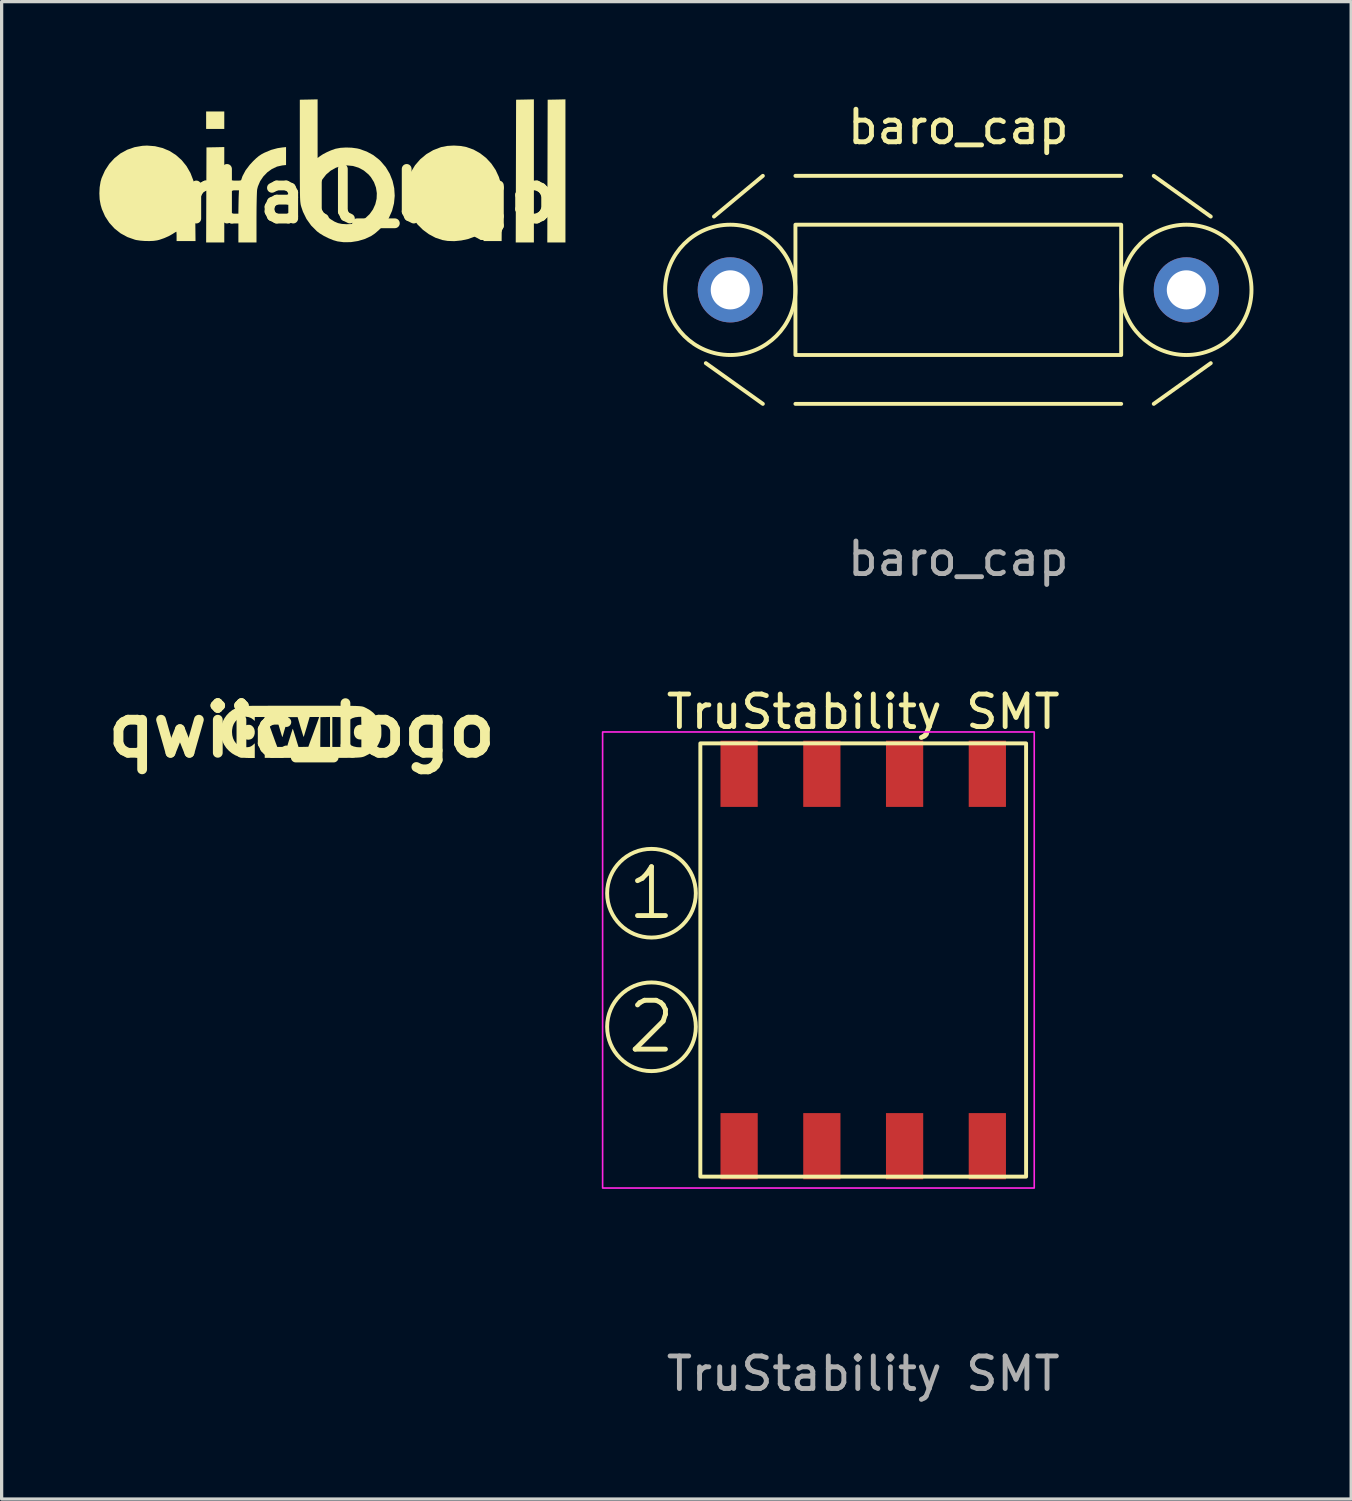
<source format=kicad_pcb>
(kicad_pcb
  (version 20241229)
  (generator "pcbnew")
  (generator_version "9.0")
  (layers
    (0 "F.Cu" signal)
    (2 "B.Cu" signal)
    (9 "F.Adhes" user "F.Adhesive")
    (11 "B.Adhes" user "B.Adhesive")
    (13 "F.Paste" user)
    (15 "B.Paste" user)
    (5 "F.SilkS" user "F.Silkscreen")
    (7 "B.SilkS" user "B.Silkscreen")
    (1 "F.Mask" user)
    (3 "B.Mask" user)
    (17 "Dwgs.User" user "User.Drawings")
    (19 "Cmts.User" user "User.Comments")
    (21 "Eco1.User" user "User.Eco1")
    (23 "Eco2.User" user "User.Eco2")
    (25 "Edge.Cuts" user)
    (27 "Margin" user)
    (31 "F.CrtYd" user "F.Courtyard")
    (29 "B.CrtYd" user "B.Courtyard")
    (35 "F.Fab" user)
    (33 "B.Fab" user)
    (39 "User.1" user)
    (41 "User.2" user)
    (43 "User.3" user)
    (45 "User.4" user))
  (footprint "airball_logo"
    (layer "F.Cu")
    (at 7.257 2.97)
    (property "Reference" "airball_logo" (at 0 0 0) (layer "F.SilkS") (effects (font (size 1.524 1.524) (thickness 0.3))))
    (attr board_only exclude_from_pos_files exclude_from_bom)
    (fp_poly (pts (xy -3.422 -2.062) (xy -3.979 -2.062) (xy -3.979 -2.598) (xy -3.422 -2.598)) (stroke (width 0) (type solid)) (fill yes) (layer "F.SilkS"))
    (fp_poly (pts (xy 6.082 1.423) (xy 5.525 1.423) (xy 5.536 -2.959) (xy 5.809 -2.964) (xy 6.082 -2.97)) (stroke (width 0) (type solid)) (fill yes) (layer "F.SilkS"))
    (fp_poly (pts (xy 7.051 1.423) (xy 6.494 1.423) (xy 6.505 -2.959) (xy 6.778 -2.964) (xy 7.051 -2.97)) (stroke (width 0) (type solid)) (fill yes) (layer "F.SilkS"))
    (fp_poly (pts (xy -3.422 1.423) (xy -3.979 1.423) (xy -3.974 -0.036) (xy -3.969 -1.495) (xy -3.696 -1.5) (xy -3.422 -1.506)) (stroke (width 0) (type solid)) (fill yes) (layer "F.SilkS"))
    (fp_poly (pts (xy -1.526 -0.954) (xy -1.641 -0.942) (xy -1.803 -0.906) (xy -1.958 -0.833) (xy -2.1 -0.731) (xy -2.223 -0.603) (xy -2.322 -0.457) (xy -2.39 -0.296) (xy -2.412 -0.209) (xy -2.417 -0.162) (xy -2.421 -0.079) (xy -2.425 0.034) (xy -2.428 0.172) (xy -2.431 0.33) (xy -2.432 0.502) (xy -2.433 0.663) (xy -2.433 1.423) (xy -2.989 1.423) (xy -2.989 0.695) (xy -2.989 0.517) (xy -2.987 0.345) (xy -2.984 0.184) (xy -2.981 0.041) (xy -2.976 -0.078) (xy -2.971 -0.166) (xy -2.968 -0.207) (xy -2.928 -0.422) (xy -2.863 -0.613) (xy -2.769 -0.79) (xy -2.641 -0.959) (xy -2.536 -1.073) (xy -2.443 -1.162) (xy -2.363 -1.229) (xy -2.284 -1.282) (xy -2.192 -1.331) (xy -2.185 -1.334) (xy -1.986 -1.418) (xy -1.789 -1.471) (xy -1.644 -1.493) (xy -1.526 -1.505)) (stroke (width 0) (type solid)) (fill yes) (layer "F.SilkS"))
    (fp_poly (pts (xy 3.826 -1.54) (xy 4.008 -1.507) (xy 4.23 -1.428) (xy 4.434 -1.313) (xy 4.619 -1.168) (xy 4.778 -0.996) (xy 4.909 -0.801) (xy 5.008 -0.587) (xy 5.049 -0.454) (xy 5.062 -0.398) (xy 5.073 -0.341) (xy 5.081 -0.278) (xy 5.088 -0.205) (xy 5.093 -0.117) (xy 5.096 -0.011) (xy 5.098 0.119) (xy 5.099 0.276) (xy 5.098 0.466) (xy 5.097 0.691) (xy 5.097 0.716) (xy 5.092 1.381) (xy 4.536 1.381) (xy 4.536 1.251) (xy 4.534 1.181) (xy 4.529 1.129) (xy 4.524 1.108) (xy 4.502 1.112) (xy 4.457 1.134) (xy 4.424 1.156) (xy 4.257 1.247) (xy 4.064 1.317) (xy 3.855 1.362) (xy 3.641 1.383) (xy 3.432 1.376) (xy 3.269 1.348) (xy 3.061 1.278) (xy 2.861 1.171) (xy 2.675 1.034) (xy 2.511 0.872) (xy 2.374 0.69) (xy 2.321 0.599) (xy 2.23 0.383) (xy 2.175 0.154) (xy 2.157 -0.081) (xy 2.174 -0.315) (xy 2.227 -0.543) (xy 2.307 -0.738) (xy 2.435 -0.948) (xy 2.594 -1.131) (xy 2.781 -1.287) (xy 2.99 -1.41) (xy 3.22 -1.499) (xy 3.248 -1.507) (xy 3.428 -1.541) (xy 3.627 -1.552)) (stroke (width 0) (type solid)) (fill yes) (layer "F.SilkS"))
    (fp_poly (pts (xy -5.549 -1.532) (xy -5.317 -1.476) (xy -5.101 -1.385) (xy -4.905 -1.26) (xy -4.73 -1.104) (xy -4.581 -0.92) (xy -4.46 -0.709) (xy -4.369 -0.474) (xy -4.368 -0.471) (xy -4.357 -0.431) (xy -4.348 -0.392) (xy -4.34 -0.348) (xy -4.334 -0.296) (xy -4.329 -0.23) (xy -4.325 -0.147) (xy -4.322 -0.042) (xy -4.32 0.089) (xy -4.317 0.251) (xy -4.315 0.448) (xy -4.314 0.531) (xy -4.305 1.381) (xy -4.886 1.381) (xy -4.886 1.237) (xy -4.887 1.166) (xy -4.89 1.114) (xy -4.894 1.093) (xy -4.895 1.093) (xy -4.915 1.103) (xy -4.959 1.13) (xy -5.013 1.165) (xy -5.129 1.23) (xy -5.268 1.291) (xy -5.412 1.341) (xy -5.484 1.359) (xy -5.588 1.374) (xy -5.718 1.38) (xy -5.86 1.378) (xy -5.999 1.367) (xy -6.121 1.349) (xy -6.163 1.339) (xy -6.394 1.258) (xy -6.605 1.143) (xy -6.791 0.996) (xy -6.951 0.821) (xy -7.082 0.62) (xy -7.18 0.397) (xy -7.218 0.268) (xy -7.248 0.1) (xy -7.257 -0.084) (xy -7.248 -0.269) (xy -7.22 -0.443) (xy -7.188 -0.554) (xy -7.085 -0.785) (xy -6.952 -0.99) (xy -6.792 -1.165) (xy -6.608 -1.311) (xy -6.401 -1.424) (xy -6.176 -1.502) (xy -5.935 -1.544) (xy -5.793 -1.551)) (stroke (width 0) (type solid)) (fill yes) (layer "F.SilkS"))
    (fp_poly (pts (xy -0.557 -1.17) (xy -0.486 -1.224) (xy -0.394 -1.285) (xy -0.276 -1.347) (xy -0.15 -1.403) (xy -0.03 -1.446) (xy 0 -1.455) (xy 0.147 -1.482) (xy 0.316 -1.492) (xy 0.49 -1.486) (xy 0.654 -1.464) (xy 0.728 -1.447) (xy 0.953 -1.366) (xy 1.152 -1.259) (xy 1.331 -1.119) (xy 1.381 -1.07) (xy 1.537 -0.887) (xy 1.658 -0.684) (xy 1.744 -0.468) (xy 1.795 -0.241) (xy 1.81 -0.01) (xy 1.788 0.222) (xy 1.729 0.45) (xy 1.632 0.668) (xy 1.614 0.701) (xy 1.537 0.812) (xy 1.435 0.931) (xy 1.319 1.047) (xy 1.2 1.149) (xy 1.093 1.222) (xy 0.899 1.314) (xy 0.686 1.378) (xy 0.465 1.413) (xy 0.246 1.416) (xy 0.052 1.39) (xy -0.079 1.352) (xy -0.223 1.293) (xy -0.367 1.221) (xy -0.495 1.143) (xy -0.577 1.081) (xy -0.755 0.903) (xy -0.898 0.703) (xy -1.007 0.481) (xy -1.056 0.336) (xy -1.065 0.306) (xy -1.073 0.277) (xy -1.079 0.246) (xy -1.084 0.21) (xy -1.089 0.166) (xy -1.093 0.112) (xy -1.096 0.043) (xy -1.097 0.002) (xy -0.549 0.002) (xy -0.525 0.176) (xy -0.468 0.343) (xy -0.376 0.498) (xy -0.252 0.635) (xy -0.154 0.712) (xy -0.039 0.783) (xy 0.07 0.829) (xy 0.188 0.854) (xy 0.326 0.862) (xy 0.383 0.861) (xy 0.482 0.857) (xy 0.554 0.85) (xy 0.614 0.836) (xy 0.675 0.812) (xy 0.745 0.779) (xy 0.907 0.678) (xy 1.04 0.553) (xy 1.142 0.409) (xy 1.214 0.25) (xy 1.254 0.082) (xy 1.261 -0.09) (xy 1.235 -0.261) (xy 1.174 -0.427) (xy 1.078 -0.582) (xy 1.007 -0.664) (xy 0.861 -0.786) (xy 0.699 -0.873) (xy 0.527 -0.925) (xy 0.351 -0.942) (xy 0.174 -0.924) (xy 0.004 -0.871) (xy -0.155 -0.782) (xy -0.295 -0.662) (xy -0.412 -0.511) (xy -0.493 -0.347) (xy -0.539 -0.174) (xy -0.549 0.002) (xy -1.097 0.002) (xy -1.098 -0.042) (xy -1.1 -0.147) (xy -1.101 -0.275) (xy -1.102 -0.429) (xy -1.103 -0.612) (xy -1.103 -0.827) (xy -1.103 -1.076) (xy -1.103 -1.364) (xy -1.103 -2.959) (xy -0.83 -2.964) (xy -0.557 -2.97)) (stroke (width 0) (type solid)) (fill yes) (layer "F.SilkS")))
  (footprint "TruStability SMT"
    (layer "F.Cu")
    (at 23.449 26.42)
    (property "Reference" "TruStability SMT" (at 0 -7.62 0) (unlocked yes) (layer "F.SilkS") (effects (font (size 1 1) (thickness 0.15))))
    (attr smd)
    (fp_rect (start -5 -6.65) (end 5 6.65) (stroke (width 0.12) (type solid)) (fill no) (layer "F.SilkS"))
    (fp_circle (center -6.5 -2.05) (end -5.23 -2.54) (stroke (width 0.12) (type solid)) (fill no) (layer "F.SilkS"))
    (fp_circle (center -6.5 2.05) (end -5.23 2.54) (stroke (width 0.12) (type solid)) (fill no) (layer "F.SilkS"))
    (fp_rect (start 5.25 -7) (end -8 7) (stroke (width 0.05) (type solid)) (fill no) (layer "F.CrtYd"))
    (fp_text user "1" (at -6.5 -2.05 0) (unlocked yes) (layer "F.SilkS") (effects (font (size 1.5 1.5) (thickness 0.15))))
    (fp_text user "2" (at -6.5 2.05 0) (unlocked yes) (layer "F.SilkS") (effects (font (size 1.5 1.5) (thickness 0.15))))
    (fp_text user "${REFERENCE}" (at 0 12.7 0) (unlocked yes) (layer "F.Fab") (effects (font (size 1 1) (thickness 0.15))))
    (pad "1" smd rect (at -3.81 5.716) (size 1.143 2.032) (layers "F.Cu" "F.Mask" "F.Paste"))
    (pad "2" smd rect (at -1.27 5.716) (size 1.143 2.032) (layers "F.Cu" "F.Mask" "F.Paste"))
    (pad "3" smd rect (at 1.27 5.716) (size 1.143 2.032) (layers "F.Cu" "F.Mask" "F.Paste"))
    (pad "4" smd rect (at 3.81 5.716) (size 1.143 2.032) (layers "F.Cu" "F.Mask" "F.Paste"))
    (pad "5" smd rect (at 3.81 -5.716) (size 1.143 2.032) (layers "F.Cu" "F.Mask" "F.Paste"))
    (pad "6" smd rect (at 1.27 -5.716) (size 1.143 2.032) (layers "F.Cu" "F.Mask" "F.Paste"))
    (pad "7" smd rect (at -1.27 -5.716) (size 1.143 2.032) (layers "F.Cu" "F.Mask" "F.Paste"))
    (pad "8" smd rect (at -3.81 -5.716) (size 1.143 2.032) (layers "F.Cu" "F.Mask" "F.Paste")))
  (footprint "baro_cap"
    (layer "F.Cu")
    (at 26.368 5.848)
    (property "Reference" "baro_cap" (at 0 -5 0) (unlocked yes) (layer "F.SilkS") (effects (font (size 1 1) (thickness 0.15))))
    (attr through_hole)
    (fp_line (start -6 -3.5) (end -7.5 -2.25) (stroke (width 0.12) (type solid)) (layer "F.SilkS"))
    (fp_line (start -6 3.5) (end -7.75 2.25) (stroke (width 0.12) (type solid)) (layer "F.SilkS"))
    (fp_line (start -5 -3.5) (end 5 -3.5) (stroke (width 0.12) (type solid)) (layer "F.SilkS"))
    (fp_line (start 5 3.5) (end -5 3.5) (stroke (width 0.12) (type solid)) (layer "F.SilkS"))
    (fp_line (start 6 -3.5) (end 7.75 -2.25) (stroke (width 0.12) (type solid)) (layer "F.SilkS"))
    (fp_line (start 6 3.5) (end 7.75 2.25) (stroke (width 0.12) (type solid)) (layer "F.SilkS"))
    (fp_rect (start -5 -2) (end 5 2) (stroke (width 0.12) (type solid)) (fill no) (layer "F.SilkS"))
    (fp_circle (center -7 0) (end -5 0) (stroke (width 0.12) (type solid)) (fill no) (layer "F.SilkS"))
    (fp_circle (center 7 0) (end 5 0) (stroke (width 0.12) (type solid)) (fill no) (layer "F.SilkS"))
    (fp_text user "${REFERENCE}" (at 0 8.255 0) (unlocked yes) (layer "F.Fab") (effects (font (size 1 1) (thickness 0.15))))
    (pad "1" thru_hole circle (at -7 0) (size 2 2) (drill 1.2) (layers "*.Cu" "*.Mask"))
    (pad "2" thru_hole circle (at 7 0) (size 2 2) (drill 1.2) (layers "*.Cu" "*.Mask")))
  (footprint "qwiic_logo"
    (layer "F.Cu")
    (at 6.212 19.37)
    (property "Reference" "qwiic_logo" (at 0 0 0) (layer "F.SilkS") (effects (font (size 1.524 1.524) (thickness 0.3))))
    (attr board_only exclude_from_pos_files exclude_from_bom)
    (fp_poly (pts (xy -1.575 -0.164) (xy -1.544 -0.15) (xy -1.512 -0.125) (xy -1.511 -0.124) (xy -1.474 -0.079) (xy -1.451 -0.024) (xy -1.441 0.037) (xy -1.443 0.099) (xy -1.458 0.158) (xy -1.485 0.211) (xy -1.524 0.252) (xy -1.532 0.257) (xy -1.58 0.279) (xy -1.634 0.288) (xy -1.687 0.283) (xy -1.711 0.275) (xy -1.764 0.241) (xy -1.803 0.196) (xy -1.826 0.139) (xy -1.835 0.068) (xy -1.835 0.06) (xy -1.828 -0.014) (xy -1.808 -0.074) (xy -1.775 -0.12) (xy -1.729 -0.151) (xy -1.671 -0.167) (xy -1.66 -0.168) (xy -1.611 -0.17)) (stroke (width 0) (type solid)) (fill yes) (layer "F.SilkS"))
    (fp_poly (pts (xy 2.446 0.616) (xy 2.471 0.633) (xy 2.481 0.659) (xy 2.474 0.691) (xy 2.469 0.7) (xy 2.461 0.718) (xy 2.469 0.732) (xy 2.48 0.749) (xy 2.474 0.758) (xy 2.462 0.76) (xy 2.443 0.752) (xy 2.436 0.74) (xy 2.423 0.724) (xy 2.41 0.72) (xy 2.394 0.727) (xy 2.391 0.74) (xy 2.385 0.756) (xy 2.376 0.76) (xy 2.368 0.756) (xy 2.363 0.742) (xy 2.361 0.714) (xy 2.361 0.685) (xy 2.361 0.665) (xy 2.391 0.665) (xy 2.398 0.684) (xy 2.414 0.691) (xy 2.434 0.682) (xy 2.441 0.675) (xy 2.448 0.657) (xy 2.437 0.644) (xy 2.415 0.64) (xy 2.397 0.644) (xy 2.391 0.661) (xy 2.391 0.665) (xy 2.361 0.665) (xy 2.361 0.61) (xy 2.405 0.61)) (stroke (width 0) (type solid)) (fill yes) (layer "F.SilkS"))
    (fp_poly (pts (xy 2.478 0.55) (xy 2.494 0.557) (xy 2.521 0.581) (xy 2.546 0.616) (xy 2.564 0.655) (xy 2.571 0.689) (xy 2.564 0.722) (xy 2.547 0.761) (xy 2.524 0.795) (xy 2.504 0.814) (xy 2.467 0.831) (xy 2.42 0.838) (xy 2.373 0.834) (xy 2.341 0.822) (xy 2.311 0.798) (xy 2.285 0.761) (xy 2.266 0.721) (xy 2.261 0.69) (xy 2.265 0.669) (xy 2.303 0.669) (xy 2.303 0.714) (xy 2.321 0.754) (xy 2.353 0.786) (xy 2.386 0.802) (xy 2.408 0.808) (xy 2.424 0.807) (xy 2.446 0.8) (xy 2.455 0.796) (xy 2.496 0.77) (xy 2.521 0.733) (xy 2.531 0.69) (xy 2.522 0.644) (xy 2.511 0.623) (xy 2.483 0.593) (xy 2.445 0.577) (xy 2.403 0.574) (xy 2.363 0.585) (xy 2.33 0.61) (xy 2.32 0.624) (xy 2.303 0.669) (xy 2.265 0.669) (xy 2.268 0.654) (xy 2.287 0.615) (xy 2.312 0.579) (xy 2.338 0.557) (xy 2.382 0.542) (xy 2.431 0.539)) (stroke (width 0) (type solid)) (fill yes) (layer "F.SilkS"))
    (fp_poly (pts (xy 0.775 -0.755) (xy 0.93 -0.755) (xy 1.069 -0.755) (xy 1.193 -0.754) (xy 1.304 -0.754) (xy 1.402 -0.753) (xy 1.488 -0.752) (xy 1.563 -0.751) (xy 1.628 -0.749) (xy 1.684 -0.748) (xy 1.732 -0.745) (xy 1.773 -0.743) (xy 1.807 -0.739) (xy 1.835 -0.736) (xy 1.86 -0.732) (xy 1.88 -0.727) (xy 1.898 -0.722) (xy 1.914 -0.716) (xy 1.928 -0.709) (xy 1.943 -0.702) (xy 1.959 -0.694) (xy 1.977 -0.685) (xy 1.986 -0.681) (xy 2.097 -0.618) (xy 2.195 -0.541) (xy 2.28 -0.449) (xy 2.349 -0.344) (xy 2.403 -0.228) (xy 2.414 -0.198) (xy 2.426 -0.16) (xy 2.435 -0.129) (xy 2.44 -0.099) (xy 2.443 -0.065) (xy 2.445 -0.023) (xy 2.445 0.034) (xy 2.445 0.045) (xy 2.445 0.104) (xy 2.444 0.148) (xy 2.441 0.182) (xy 2.437 0.212) (xy 2.429 0.241) (xy 2.417 0.276) (xy 2.413 0.29) (xy 2.377 0.381) (xy 2.335 0.46) (xy 2.283 0.533) (xy 2.217 0.606) (xy 2.207 0.615) (xy 2.164 0.657) (xy 2.129 0.688) (xy 2.094 0.712) (xy 2.055 0.735) (xy 2.011 0.757) (xy 1.987 0.769) (xy 1.967 0.78) (xy 1.948 0.789) (xy 1.929 0.798) (xy 1.911 0.806) (xy 1.891 0.812) (xy 1.869 0.818) (xy 1.843 0.824) (xy 1.814 0.828) (xy 1.778 0.832) (xy 1.737 0.835) (xy 1.687 0.838) (xy 1.63 0.84) (xy 1.562 0.842) (xy 1.485 0.843) (xy 1.395 0.844) (xy 1.293 0.845) (xy 1.178 0.845) (xy 1.048 0.845) (xy 0.902 0.845) (xy 0.739 0.845) (xy 0.559 0.845) (xy 0.359 0.845) (xy 0.315 0.845) (xy -1.135 0.845) (xy -1.141 -0.401) (xy -1.08 -0.401) (xy -1.077 -0.39) (xy -1.068 -0.363) (xy -1.053 -0.322) (xy -1.034 -0.268) (xy -1.012 -0.205) (xy -0.986 -0.135) (xy -0.959 -0.059) (xy -0.93 0.02) (xy -0.902 0.1) (xy -0.873 0.178) (xy -0.846 0.253) (xy -0.821 0.322) (xy -0.799 0.382) (xy -0.78 0.432) (xy -0.766 0.469) (xy -0.761 0.482) (xy -0.751 0.51) (xy -0.6 0.51) (xy -0.548 0.51) (xy -0.504 0.509) (xy -0.471 0.508) (xy -0.453 0.507) (xy -0.45 0.506) (xy -0.447 0.495) (xy -0.439 0.468) (xy -0.427 0.428) (xy -0.412 0.378) (xy -0.394 0.321) (xy -0.374 0.259) (xy -0.354 0.196) (xy -0.335 0.134) (xy -0.317 0.077) (xy -0.301 0.028) (xy -0.288 -0.012) (xy -0.28 -0.038) (xy -0.276 -0.048) (xy -0.271 -0.04) (xy -0.263 -0.018) (xy -0.251 0.017) (xy -0.24 0.052) (xy -0.224 0.104) (xy -0.204 0.17) (xy -0.18 0.245) (xy -0.156 0.325) (xy -0.131 0.405) (xy -0.108 0.478) (xy -0.098 0.511) (xy -0.07 0.51) (xy 0.57 0.51) (xy 0.87 0.51) (xy 0.87 -0.411) (xy 0.94 -0.411) (xy 0.94 0.51) (xy 1.241 0.51) (xy 1.238 0.087) (xy 1.296 0.087) (xy 1.309 0.183) (xy 1.338 0.269) (xy 1.382 0.344) (xy 1.44 0.408) (xy 1.512 0.459) (xy 1.595 0.495) (xy 1.688 0.515) (xy 1.753 0.519) (xy 1.831 0.52) (xy 1.831 0.28) (xy 1.787 0.28) (xy 1.729 0.271) (xy 1.68 0.245) (xy 1.642 0.204) (xy 1.615 0.15) (xy 1.602 0.085) (xy 1.601 0.055) (xy 1.608 -0.015) (xy 1.629 -0.074) (xy 1.663 -0.12) (xy 1.708 -0.152) (xy 1.763 -0.168) (xy 1.788 -0.17) (xy 1.831 -0.17) (xy 1.829 -0.292) (xy 1.826 -0.415) (xy 1.744 -0.413) (xy 1.645 -0.401) (xy 1.556 -0.373) (xy 1.478 -0.329) (xy 1.412 -0.27) (xy 1.36 -0.198) (xy 1.322 -0.114) (xy 1.301 -0.018) (xy 1.301 -0.016) (xy 1.296 0.087) (xy 1.238 0.087) (xy 1.235 -0.405) (xy 1.088 -0.408) (xy 0.94 -0.411) (xy 0.87 -0.411) (xy 0.723 -0.408) (xy 0.575 -0.405) (xy 0.57 0.51) (xy -0.07 0.51) (xy 0.052 0.508) (xy 0.203 0.505) (xy 0.216 0.47) (xy 0.222 0.453) (xy 0.234 0.42) (xy 0.251 0.372) (xy 0.273 0.312) (xy 0.299 0.242) (xy 0.328 0.164) (xy 0.359 0.08) (xy 0.375 0.035) (xy 0.407 -0.051) (xy 0.436 -0.131) (xy 0.463 -0.204) (xy 0.486 -0.268) (xy 0.504 -0.32) (xy 0.518 -0.359) (xy 0.526 -0.382) (xy 0.528 -0.388) (xy 0.533 -0.41) (xy 0.389 -0.41) (xy 0.244 -0.41) (xy 0.156 -0.107) (xy 0.134 -0.033) (xy 0.113 0.035) (xy 0.095 0.095) (xy 0.08 0.144) (xy 0.069 0.179) (xy 0.062 0.199) (xy 0.06 0.203) (xy 0.056 0.195) (xy 0.047 0.171) (xy 0.034 0.132) (xy 0.018 0.08) (xy -0.001 0.017) (xy -0.023 -0.053) (xy -0.036 -0.097) (xy -0.125 -0.405) (xy -0.414 -0.405) (xy -0.492 -0.135) (xy -0.513 -0.063) (xy -0.533 0.005) (xy -0.55 0.065) (xy -0.564 0.115) (xy -0.575 0.152) (xy -0.581 0.173) (xy -0.581 0.174) (xy -0.589 0.196) (xy -0.595 0.207) (xy -0.596 0.207) (xy -0.6 0.197) (xy -0.608 0.171) (xy -0.621 0.131) (xy -0.636 0.08) (xy -0.654 0.021) (xy -0.673 -0.043) (xy -0.693 -0.109) (xy -0.713 -0.175) (xy -0.732 -0.238) (xy -0.748 -0.294) (xy -0.763 -0.342) (xy -0.773 -0.379) (xy -0.779 -0.401) (xy -0.78 -0.406) (xy -0.79 -0.408) (xy -0.816 -0.409) (xy -0.855 -0.409) (xy -0.903 -0.41) (xy -0.93 -0.41) (xy -0.987 -0.409) (xy -1.032 -0.408) (xy -1.064 -0.405) (xy -1.079 -0.402) (xy -1.08 -0.401) (xy -1.141 -0.401) (xy -1.141 -0.41) (xy -1.441 -0.41) (xy -1.441 -0.288) (xy -1.491 -0.333) (xy -1.555 -0.378) (xy -1.628 -0.406) (xy -1.707 -0.417) (xy -1.79 -0.411) (xy -1.874 -0.388) (xy -1.918 -0.37) (xy -1.986 -0.325) (xy -2.043 -0.266) (xy -2.088 -0.193) (xy -2.12 -0.108) (xy -2.137 -0.014) (xy -2.14 0.05) (xy -2.132 0.15) (xy -2.108 0.243) (xy -2.07 0.325) (xy -2.018 0.396) (xy -1.953 0.453) (xy -1.893 0.488) (xy -1.858 0.502) (xy -1.824 0.511) (xy -1.781 0.516) (xy -1.739 0.518) (xy -1.667 0.518) (xy -1.61 0.51) (xy -1.561 0.493) (xy -1.516 0.464) (xy -1.491 0.443) (xy -1.441 0.398) (xy -1.441 0.85) (xy -1.593 0.849) (xy -1.652 0.848) (xy -1.709 0.846) (xy -1.759 0.843) (xy -1.797 0.84) (xy -1.805 0.839) (xy -1.924 0.812) (xy -2.037 0.767) (xy -2.14 0.706) (xy -2.233 0.63) (xy -2.315 0.542) (xy -2.382 0.442) (xy -2.435 0.332) (xy -2.47 0.214) (xy -2.472 0.206) (xy -2.488 0.082) (xy -2.485 -0.039) (xy -2.463 -0.156) (xy -2.425 -0.267) (xy -2.372 -0.371) (xy -2.303 -0.467) (xy -2.221 -0.552) (xy -2.126 -0.625) (xy -2.019 -0.684) (xy -1.902 -0.728) (xy -1.871 -0.736) (xy -1.861 -0.739) (xy -1.85 -0.741) (xy -1.837 -0.743) (xy -1.822 -0.744) (xy -1.803 -0.746) (xy -1.779 -0.747) (xy -1.75 -0.749) (xy -1.715 -0.75) (xy -1.672 -0.751) (xy -1.621 -0.752) (xy -1.562 -0.752) (xy -1.492 -0.753) (xy -1.411 -0.753) (xy -1.319 -0.754) (xy -1.214 -0.754) (xy -1.095 -0.754) (xy -0.962 -0.755) (xy -0.814 -0.755) (xy -0.649 -0.755) (xy -0.467 -0.755) (xy -0.267 -0.755) (xy -0.048 -0.755) (xy -0.015 -0.755) (xy 0.21 -0.755) (xy 0.417 -0.755) (xy 0.605 -0.755)) (stroke (width 0) (type solid)) (fill yes) (layer "F.SilkS")))
  (gr_rect
    (start -3 -3)
    (end 38.428 42.968)
    (stroke (width 0.1) (type default))
    (fill no)
    (layer "Edge.Cuts")))
</source>
